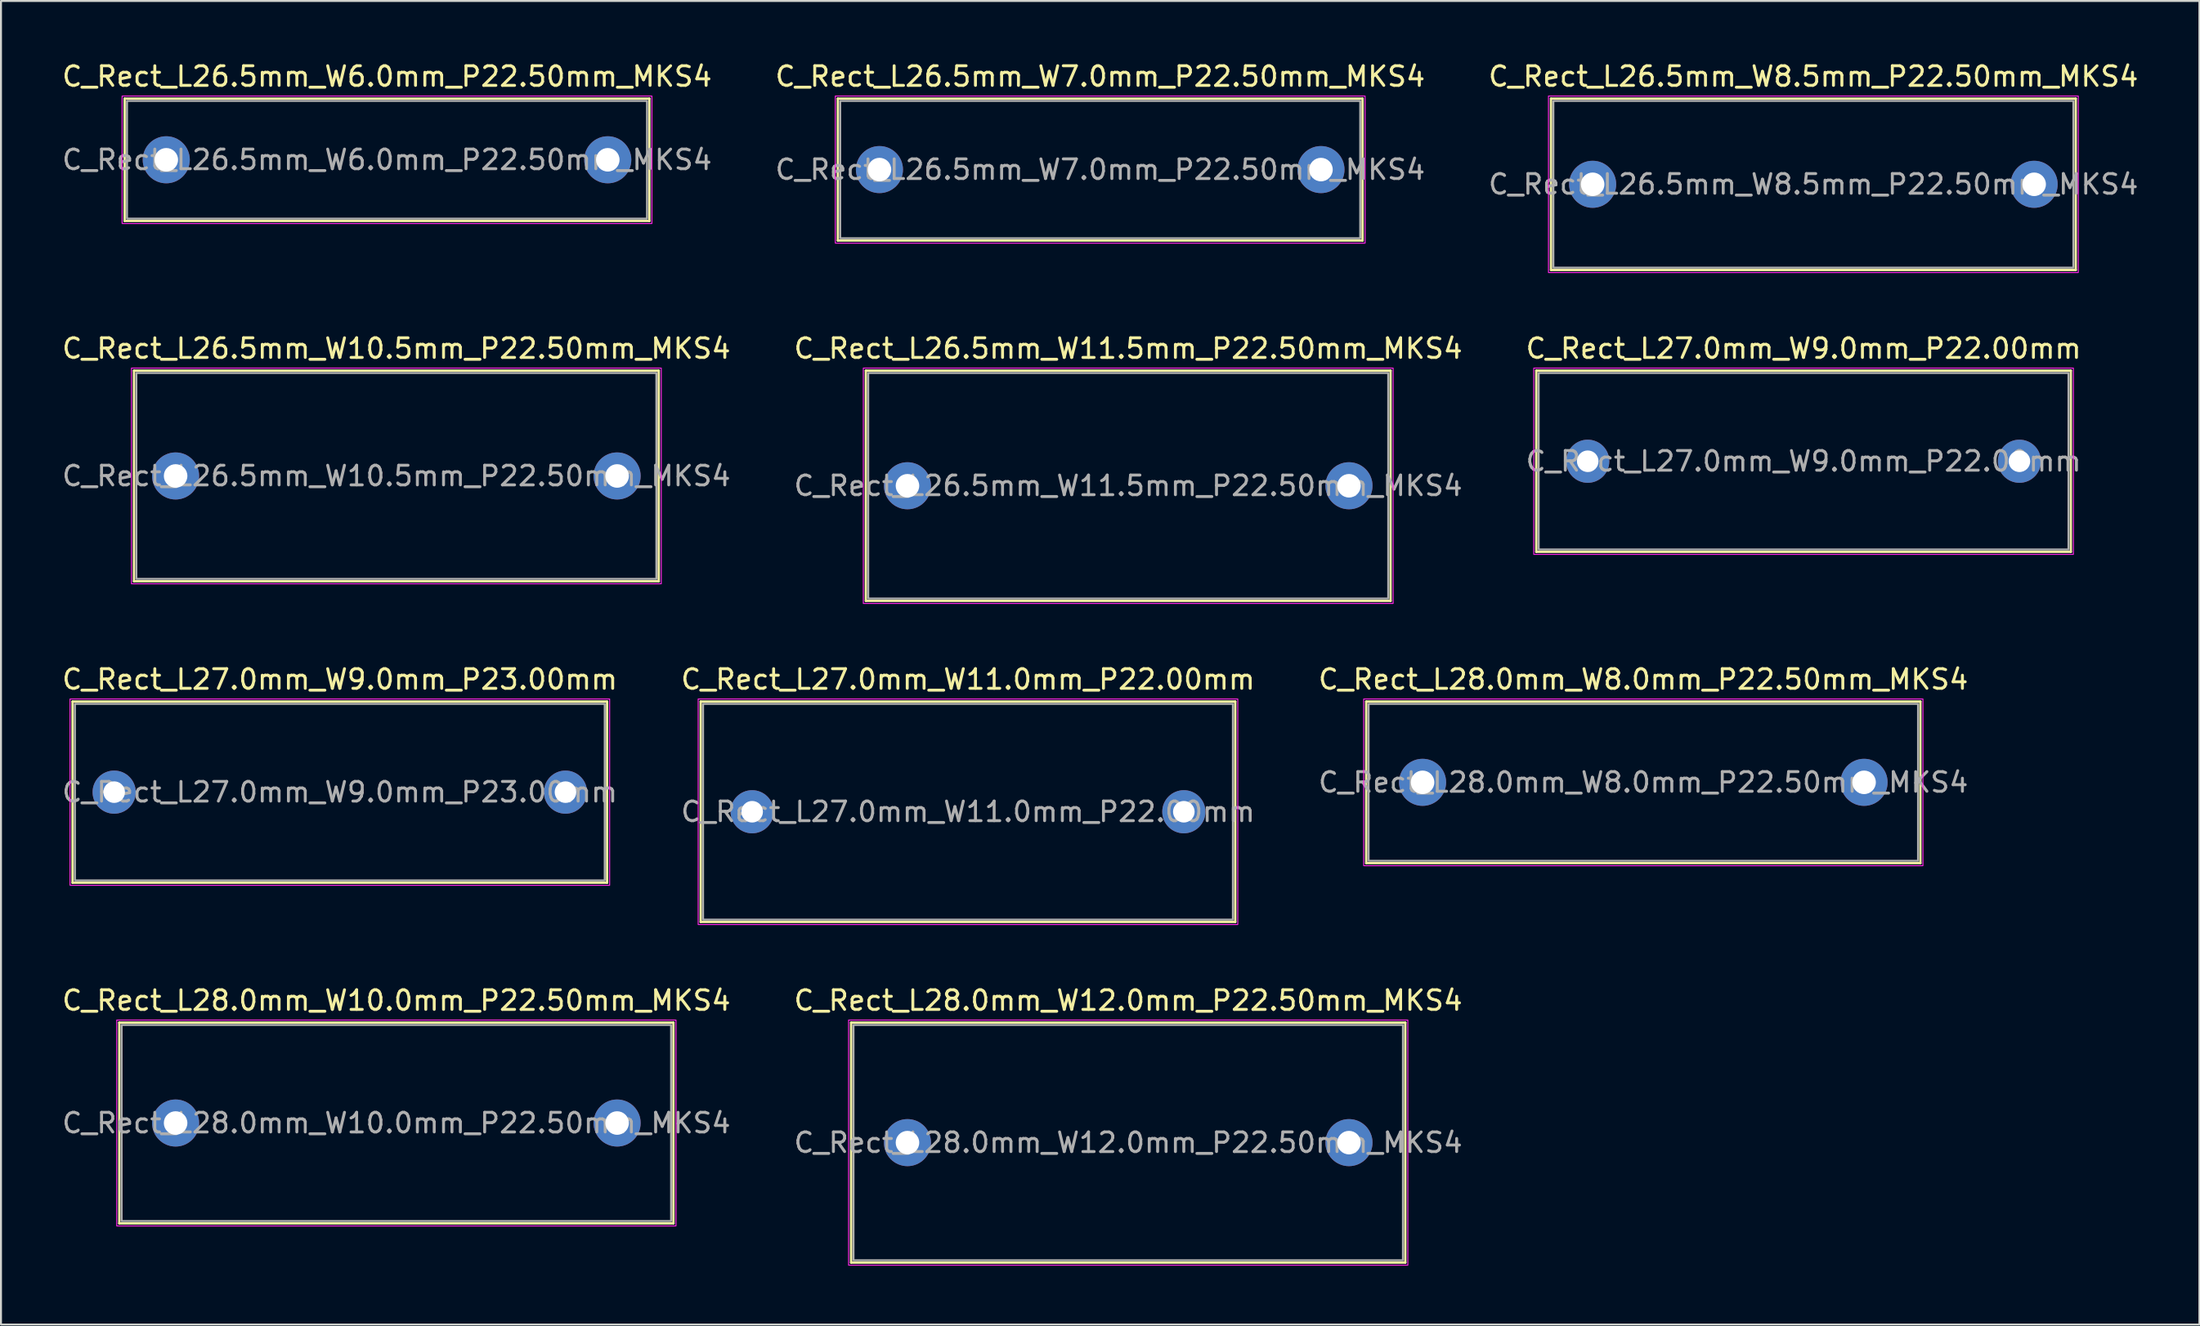
<source format=kicad_pcb>
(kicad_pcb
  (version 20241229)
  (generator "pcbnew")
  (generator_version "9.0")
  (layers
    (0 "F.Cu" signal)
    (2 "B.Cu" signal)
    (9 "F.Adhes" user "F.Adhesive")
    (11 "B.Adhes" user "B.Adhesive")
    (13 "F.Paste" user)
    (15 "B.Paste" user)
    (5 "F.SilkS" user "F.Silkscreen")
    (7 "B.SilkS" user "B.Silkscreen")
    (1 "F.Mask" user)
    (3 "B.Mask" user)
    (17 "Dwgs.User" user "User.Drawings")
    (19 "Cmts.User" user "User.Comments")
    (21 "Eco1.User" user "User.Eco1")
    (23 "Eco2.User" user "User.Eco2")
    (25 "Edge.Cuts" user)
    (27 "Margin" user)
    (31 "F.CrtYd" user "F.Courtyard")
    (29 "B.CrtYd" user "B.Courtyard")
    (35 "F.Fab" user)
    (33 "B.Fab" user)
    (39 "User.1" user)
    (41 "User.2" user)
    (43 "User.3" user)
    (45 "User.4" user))
  (footprint "C_Rect_L27.0mm_W9.0mm_P22.00mm"
    (layer "F.Cu")
    (at 77.863 20.471)
    (property "Reference" "C_Rect_L27.0mm_W9.0mm_P22.00mm" (at 11 -5.75 0) (layer "F.SilkS") (effects (font (size 1 1) (thickness 0.15))))
    (attr through_hole)
    (fp_line (start -2.62 -4.62) (end -2.62 4.62) (stroke (width 0.12) (type solid)) (layer "F.SilkS"))
    (fp_line (start -2.62 -4.62) (end 24.62 -4.62) (stroke (width 0.12) (type solid)) (layer "F.SilkS"))
    (fp_line (start -2.62 4.62) (end 24.62 4.62) (stroke (width 0.12) (type solid)) (layer "F.SilkS"))
    (fp_line (start 24.62 -4.62) (end 24.62 4.62) (stroke (width 0.12) (type solid)) (layer "F.SilkS"))
    (fp_rect (start -2.75 -4.75) (end 24.75 4.75) (stroke (width 0.05) (type solid)) (fill no) (layer "F.CrtYd"))
    (fp_rect (start -2.5 -4.5) (end 24.5 4.5) (stroke (width 0.1) (type solid)) (fill no) (layer "F.Fab"))
    (fp_text user "${REFERENCE}" (at 11 0 0) (layer "F.Fab") (effects (font (size 1 1) (thickness 0.15))))
    (pad "1" thru_hole circle (at 0 0) (size 2.2 2.2) (drill 1.1) (layers "*.Cu" "*.Mask"))
    (pad "2" thru_hole circle (at 22 0) (size 2.2 2.2) (drill 1.1) (layers "*.Cu" "*.Mask")))
  (footprint "C_Rect_L26.5mm_W7.0mm_P22.50mm_MKS4"
    (layer "F.Cu")
    (at 41.768 5.598)
    (property "Reference" "C_Rect_L26.5mm_W7.0mm_P22.50mm_MKS4" (at 11.25 -4.75 0) (layer "F.SilkS") (effects (font (size 1 1) (thickness 0.15))))
    (attr through_hole)
    (fp_line (start -2.12 -3.62) (end -2.12 3.62) (stroke (width 0.12) (type solid)) (layer "F.SilkS"))
    (fp_line (start -2.12 -3.62) (end 24.62 -3.62) (stroke (width 0.12) (type solid)) (layer "F.SilkS"))
    (fp_line (start -2.12 3.62) (end 24.62 3.62) (stroke (width 0.12) (type solid)) (layer "F.SilkS"))
    (fp_line (start 24.62 -3.62) (end 24.62 3.62) (stroke (width 0.12) (type solid)) (layer "F.SilkS"))
    (fp_rect (start -2.25 -3.75) (end 24.75 3.75) (stroke (width 0.05) (type solid)) (fill no) (layer "F.CrtYd"))
    (fp_rect (start -2 -3.5) (end 24.5 3.5) (stroke (width 0.1) (type solid)) (fill no) (layer "F.Fab"))
    (fp_text user "${REFERENCE}" (at 11.25 0 0) (layer "F.Fab") (effects (font (size 1 1) (thickness 0.15))))
    (pad "1" thru_hole circle (at 0 0) (size 2.4 2.4) (drill 1.2) (layers "*.Cu" "*.Mask"))
    (pad "2" thru_hole circle (at 22.5 0) (size 2.4 2.4) (drill 1.2) (layers "*.Cu" "*.Mask")))
  (footprint "C_Rect_L26.5mm_W8.5mm_P22.50mm_MKS4"
    (layer "F.Cu")
    (at 78.113 6.348)
    (property "Reference" "C_Rect_L26.5mm_W8.5mm_P22.50mm_MKS4" (at 11.25 -5.5 0) (layer "F.SilkS") (effects (font (size 1 1) (thickness 0.15))))
    (attr through_hole)
    (fp_line (start -2.12 -4.37) (end -2.12 4.37) (stroke (width 0.12) (type solid)) (layer "F.SilkS"))
    (fp_line (start -2.12 -4.37) (end 24.62 -4.37) (stroke (width 0.12) (type solid)) (layer "F.SilkS"))
    (fp_line (start -2.12 4.37) (end 24.62 4.37) (stroke (width 0.12) (type solid)) (layer "F.SilkS"))
    (fp_line (start 24.62 -4.37) (end 24.62 4.37) (stroke (width 0.12) (type solid)) (layer "F.SilkS"))
    (fp_rect (start -2.25 -4.5) (end 24.75 4.5) (stroke (width 0.05) (type solid)) (fill no) (layer "F.CrtYd"))
    (fp_rect (start -2 -4.25) (end 24.5 4.25) (stroke (width 0.1) (type solid)) (fill no) (layer "F.Fab"))
    (fp_text user "${REFERENCE}" (at 11.25 0 0) (layer "F.Fab") (effects (font (size 1 1) (thickness 0.15))))
    (pad "1" thru_hole circle (at 0 0) (size 2.4 2.4) (drill 1.2) (layers "*.Cu" "*.Mask"))
    (pad "2" thru_hole circle (at 22.5 0) (size 2.4 2.4) (drill 1.2) (layers "*.Cu" "*.Mask")))
  (footprint "C_Rect_L26.5mm_W10.5mm_P22.50mm_MKS4"
    (layer "F.Cu")
    (at 5.899 21.221)
    (property "Reference" "C_Rect_L26.5mm_W10.5mm_P22.50mm_MKS4" (at 11.25 -6.5 0) (layer "F.SilkS") (effects (font (size 1 1) (thickness 0.15))))
    (attr through_hole)
    (fp_line (start -2.12 -5.37) (end -2.12 5.37) (stroke (width 0.12) (type solid)) (layer "F.SilkS"))
    (fp_line (start -2.12 -5.37) (end 24.62 -5.37) (stroke (width 0.12) (type solid)) (layer "F.SilkS"))
    (fp_line (start -2.12 5.37) (end 24.62 5.37) (stroke (width 0.12) (type solid)) (layer "F.SilkS"))
    (fp_line (start 24.62 -5.37) (end 24.62 5.37) (stroke (width 0.12) (type solid)) (layer "F.SilkS"))
    (fp_rect (start -2.25 -5.5) (end 24.75 5.5) (stroke (width 0.05) (type solid)) (fill no) (layer "F.CrtYd"))
    (fp_rect (start -2 -5.25) (end 24.5 5.25) (stroke (width 0.1) (type solid)) (fill no) (layer "F.Fab"))
    (fp_text user "${REFERENCE}" (at 11.25 0 0) (layer "F.Fab") (effects (font (size 1 1) (thickness 0.15))))
    (pad "1" thru_hole circle (at 0 0) (size 2.4 2.4) (drill 1.2) (layers "*.Cu" "*.Mask"))
    (pad "2" thru_hole circle (at 22.5 0) (size 2.4 2.4) (drill 1.2) (layers "*.Cu" "*.Mask")))
  (footprint "C_Rect_L28.0mm_W10.0mm_P22.50mm_MKS4"
    (layer "F.Cu")
    (at 5.899 54.218)
    (property "Reference" "C_Rect_L28.0mm_W10.0mm_P22.50mm_MKS4" (at 11.25 -6.25 0) (layer "F.SilkS") (effects (font (size 1 1) (thickness 0.15))))
    (attr through_hole)
    (fp_line (start -2.87 -5.12) (end -2.87 5.12) (stroke (width 0.12) (type solid)) (layer "F.SilkS"))
    (fp_line (start -2.87 -5.12) (end 25.37 -5.12) (stroke (width 0.12) (type solid)) (layer "F.SilkS"))
    (fp_line (start -2.87 5.12) (end 25.37 5.12) (stroke (width 0.12) (type solid)) (layer "F.SilkS"))
    (fp_line (start 25.37 -5.12) (end 25.37 5.12) (stroke (width 0.12) (type solid)) (layer "F.SilkS"))
    (fp_rect (start -3 -5.25) (end 25.5 5.25) (stroke (width 0.05) (type solid)) (fill no) (layer "F.CrtYd"))
    (fp_rect (start -2.75 -5) (end 25.25 5) (stroke (width 0.1) (type solid)) (fill no) (layer "F.Fab"))
    (fp_text user "${REFERENCE}" (at 11.25 0 0) (layer "F.Fab") (effects (font (size 1 1) (thickness 0.15))))
    (pad "1" thru_hole circle (at 0 0) (size 2.4 2.4) (drill 1.2) (layers "*.Cu" "*.Mask"))
    (pad "2" thru_hole circle (at 22.5 0) (size 2.4 2.4) (drill 1.2) (layers "*.Cu" "*.Mask")))
  (footprint "C_Rect_L28.0mm_W12.0mm_P22.50mm_MKS4"
    (layer "F.Cu")
    (at 43.196 55.218)
    (property "Reference" "C_Rect_L28.0mm_W12.0mm_P22.50mm_MKS4" (at 11.25 -7.25 0) (layer "F.SilkS") (effects (font (size 1 1) (thickness 0.15))))
    (attr through_hole)
    (fp_line (start -2.87 -6.12) (end -2.87 6.12) (stroke (width 0.12) (type solid)) (layer "F.SilkS"))
    (fp_line (start -2.87 -6.12) (end 25.37 -6.12) (stroke (width 0.12) (type solid)) (layer "F.SilkS"))
    (fp_line (start -2.87 6.12) (end 25.37 6.12) (stroke (width 0.12) (type solid)) (layer "F.SilkS"))
    (fp_line (start 25.37 -6.12) (end 25.37 6.12) (stroke (width 0.12) (type solid)) (layer "F.SilkS"))
    (fp_rect (start -3 -6.25) (end 25.5 6.25) (stroke (width 0.05) (type solid)) (fill no) (layer "F.CrtYd"))
    (fp_rect (start -2.75 -6) (end 25.25 6) (stroke (width 0.1) (type solid)) (fill no) (layer "F.Fab"))
    (fp_text user "${REFERENCE}" (at 11.25 0 0) (layer "F.Fab") (effects (font (size 1 1) (thickness 0.15))))
    (pad "1" thru_hole circle (at 0 0) (size 2.4 2.4) (drill 1.2) (layers "*.Cu" "*.Mask"))
    (pad "2" thru_hole circle (at 22.5 0) (size 2.4 2.4) (drill 1.2) (layers "*.Cu" "*.Mask")))
  (footprint "C_Rect_L28.0mm_W8.0mm_P22.50mm_MKS4"
    (layer "F.Cu")
    (at 69.446 36.845)
    (property "Reference" "C_Rect_L28.0mm_W8.0mm_P22.50mm_MKS4" (at 11.25 -5.25 0) (layer "F.SilkS") (effects (font (size 1 1) (thickness 0.15))))
    (attr through_hole)
    (fp_line (start -2.87 -4.12) (end -2.87 4.12) (stroke (width 0.12) (type solid)) (layer "F.SilkS"))
    (fp_line (start -2.87 -4.12) (end 25.37 -4.12) (stroke (width 0.12) (type solid)) (layer "F.SilkS"))
    (fp_line (start -2.87 4.12) (end 25.37 4.12) (stroke (width 0.12) (type solid)) (layer "F.SilkS"))
    (fp_line (start 25.37 -4.12) (end 25.37 4.12) (stroke (width 0.12) (type solid)) (layer "F.SilkS"))
    (fp_rect (start -3 -4.25) (end 25.5 4.25) (stroke (width 0.05) (type solid)) (fill no) (layer "F.CrtYd"))
    (fp_rect (start -2.75 -4) (end 25.25 4) (stroke (width 0.1) (type solid)) (fill no) (layer "F.Fab"))
    (fp_text user "${REFERENCE}" (at 11.25 0 0) (layer "F.Fab") (effects (font (size 1 1) (thickness 0.15))))
    (pad "1" thru_hole circle (at 0 0) (size 2.4 2.4) (drill 1.2) (layers "*.Cu" "*.Mask"))
    (pad "2" thru_hole circle (at 22.5 0) (size 2.4 2.4) (drill 1.2) (layers "*.Cu" "*.Mask")))
  (footprint "C_Rect_L26.5mm_W6.0mm_P22.50mm_MKS4"
    (layer "F.Cu")
    (at 5.423 5.098)
    (property "Reference" "C_Rect_L26.5mm_W6.0mm_P22.50mm_MKS4" (at 11.25 -4.25 0) (layer "F.SilkS") (effects (font (size 1 1) (thickness 0.15))))
    (attr through_hole)
    (fp_line (start -2.12 -3.12) (end -2.12 3.12) (stroke (width 0.12) (type solid)) (layer "F.SilkS"))
    (fp_line (start -2.12 -3.12) (end 24.62 -3.12) (stroke (width 0.12) (type solid)) (layer "F.SilkS"))
    (fp_line (start -2.12 3.12) (end 24.62 3.12) (stroke (width 0.12) (type solid)) (layer "F.SilkS"))
    (fp_line (start 24.62 -3.12) (end 24.62 3.12) (stroke (width 0.12) (type solid)) (layer "F.SilkS"))
    (fp_rect (start -2.25 -3.25) (end 24.75 3.25) (stroke (width 0.05) (type solid)) (fill no) (layer "F.CrtYd"))
    (fp_rect (start -2 -3) (end 24.5 3) (stroke (width 0.1) (type solid)) (fill no) (layer "F.Fab"))
    (fp_text user "${REFERENCE}" (at 11.25 0 0) (layer "F.Fab") (effects (font (size 1 1) (thickness 0.15))))
    (pad "1" thru_hole circle (at 0 0) (size 2.4 2.4) (drill 1.2) (layers "*.Cu" "*.Mask"))
    (pad "2" thru_hole circle (at 22.5 0) (size 2.4 2.4) (drill 1.2) (layers "*.Cu" "*.Mask")))
  (footprint "C_Rect_L27.0mm_W11.0mm_P22.00mm"
    (layer "F.Cu")
    (at 35.28 38.345)
    (property "Reference" "C_Rect_L27.0mm_W11.0mm_P22.00mm" (at 11 -6.75 0) (layer "F.SilkS") (effects (font (size 1 1) (thickness 0.15))))
    (attr through_hole)
    (fp_line (start -2.62 -5.62) (end -2.62 5.62) (stroke (width 0.12) (type solid)) (layer "F.SilkS"))
    (fp_line (start -2.62 -5.62) (end 24.62 -5.62) (stroke (width 0.12) (type solid)) (layer "F.SilkS"))
    (fp_line (start -2.62 5.62) (end 24.62 5.62) (stroke (width 0.12) (type solid)) (layer "F.SilkS"))
    (fp_line (start 24.62 -5.62) (end 24.62 5.62) (stroke (width 0.12) (type solid)) (layer "F.SilkS"))
    (fp_rect (start -2.75 -5.75) (end 24.75 5.75) (stroke (width 0.05) (type solid)) (fill no) (layer "F.CrtYd"))
    (fp_rect (start -2.5 -5.5) (end 24.5 5.5) (stroke (width 0.1) (type solid)) (fill no) (layer "F.Fab"))
    (fp_text user "${REFERENCE}" (at 11 0 0) (layer "F.Fab") (effects (font (size 1 1) (thickness 0.15))))
    (pad "1" thru_hole circle (at 0 0) (size 2.2 2.2) (drill 1.1) (layers "*.Cu" "*.Mask"))
    (pad "2" thru_hole circle (at 22 0) (size 2.2 2.2) (drill 1.1) (layers "*.Cu" "*.Mask")))
  (footprint "C_Rect_L27.0mm_W9.0mm_P23.00mm"
    (layer "F.Cu")
    (at 2.768 37.345)
    (property "Reference" "C_Rect_L27.0mm_W9.0mm_P23.00mm" (at 11.5 -5.75 0) (layer "F.SilkS") (effects (font (size 1 1) (thickness 0.15))))
    (attr through_hole)
    (fp_line (start -2.12 -4.62) (end -2.12 4.62) (stroke (width 0.12) (type solid)) (layer "F.SilkS"))
    (fp_line (start -2.12 -4.62) (end 25.12 -4.62) (stroke (width 0.12) (type solid)) (layer "F.SilkS"))
    (fp_line (start -2.12 4.62) (end 25.12 4.62) (stroke (width 0.12) (type solid)) (layer "F.SilkS"))
    (fp_line (start 25.12 -4.62) (end 25.12 4.62) (stroke (width 0.12) (type solid)) (layer "F.SilkS"))
    (fp_rect (start -2.25 -4.75) (end 25.25 4.75) (stroke (width 0.05) (type solid)) (fill no) (layer "F.CrtYd"))
    (fp_rect (start -2 -4.5) (end 25 4.5) (stroke (width 0.1) (type solid)) (fill no) (layer "F.Fab"))
    (fp_text user "${REFERENCE}" (at 11.5 0 0) (layer "F.Fab") (effects (font (size 1 1) (thickness 0.15))))
    (pad "1" thru_hole circle (at 0 0) (size 2.2 2.2) (drill 1.1) (layers "*.Cu" "*.Mask"))
    (pad "2" thru_hole circle (at 23 0) (size 2.2 2.2) (drill 1.1) (layers "*.Cu" "*.Mask")))
  (footprint "C_Rect_L26.5mm_W11.5mm_P22.50mm_MKS4"
    (layer "F.Cu")
    (at 43.196 21.721)
    (property "Reference" "C_Rect_L26.5mm_W11.5mm_P22.50mm_MKS4" (at 11.25 -7 0) (layer "F.SilkS") (effects (font (size 1 1) (thickness 0.15))))
    (attr through_hole)
    (fp_line (start -2.12 -5.87) (end -2.12 5.87) (stroke (width 0.12) (type solid)) (layer "F.SilkS"))
    (fp_line (start -2.12 -5.87) (end 24.62 -5.87) (stroke (width 0.12) (type solid)) (layer "F.SilkS"))
    (fp_line (start -2.12 5.87) (end 24.62 5.87) (stroke (width 0.12) (type solid)) (layer "F.SilkS"))
    (fp_line (start 24.62 -5.87) (end 24.62 5.87) (stroke (width 0.12) (type solid)) (layer "F.SilkS"))
    (fp_rect (start -2.25 -6) (end 24.75 6) (stroke (width 0.05) (type solid)) (fill no) (layer "F.CrtYd"))
    (fp_rect (start -2 -5.75) (end 24.5 5.75) (stroke (width 0.1) (type solid)) (fill no) (layer "F.Fab"))
    (fp_text user "${REFERENCE}" (at 11.25 0 0) (layer "F.Fab") (effects (font (size 1 1) (thickness 0.15))))
    (pad "1" thru_hole circle (at 0 0) (size 2.4 2.4) (drill 1.2) (layers "*.Cu" "*.Mask"))
    (pad "2" thru_hole circle (at 22.5 0) (size 2.4 2.4) (drill 1.2) (layers "*.Cu" "*.Mask")))
  (gr_rect
    (start -3 -3)
    (end 109.036 64.493)
    (stroke (width 0.1) (type default))
    (fill no)
    (layer "Edge.Cuts")))
</source>
